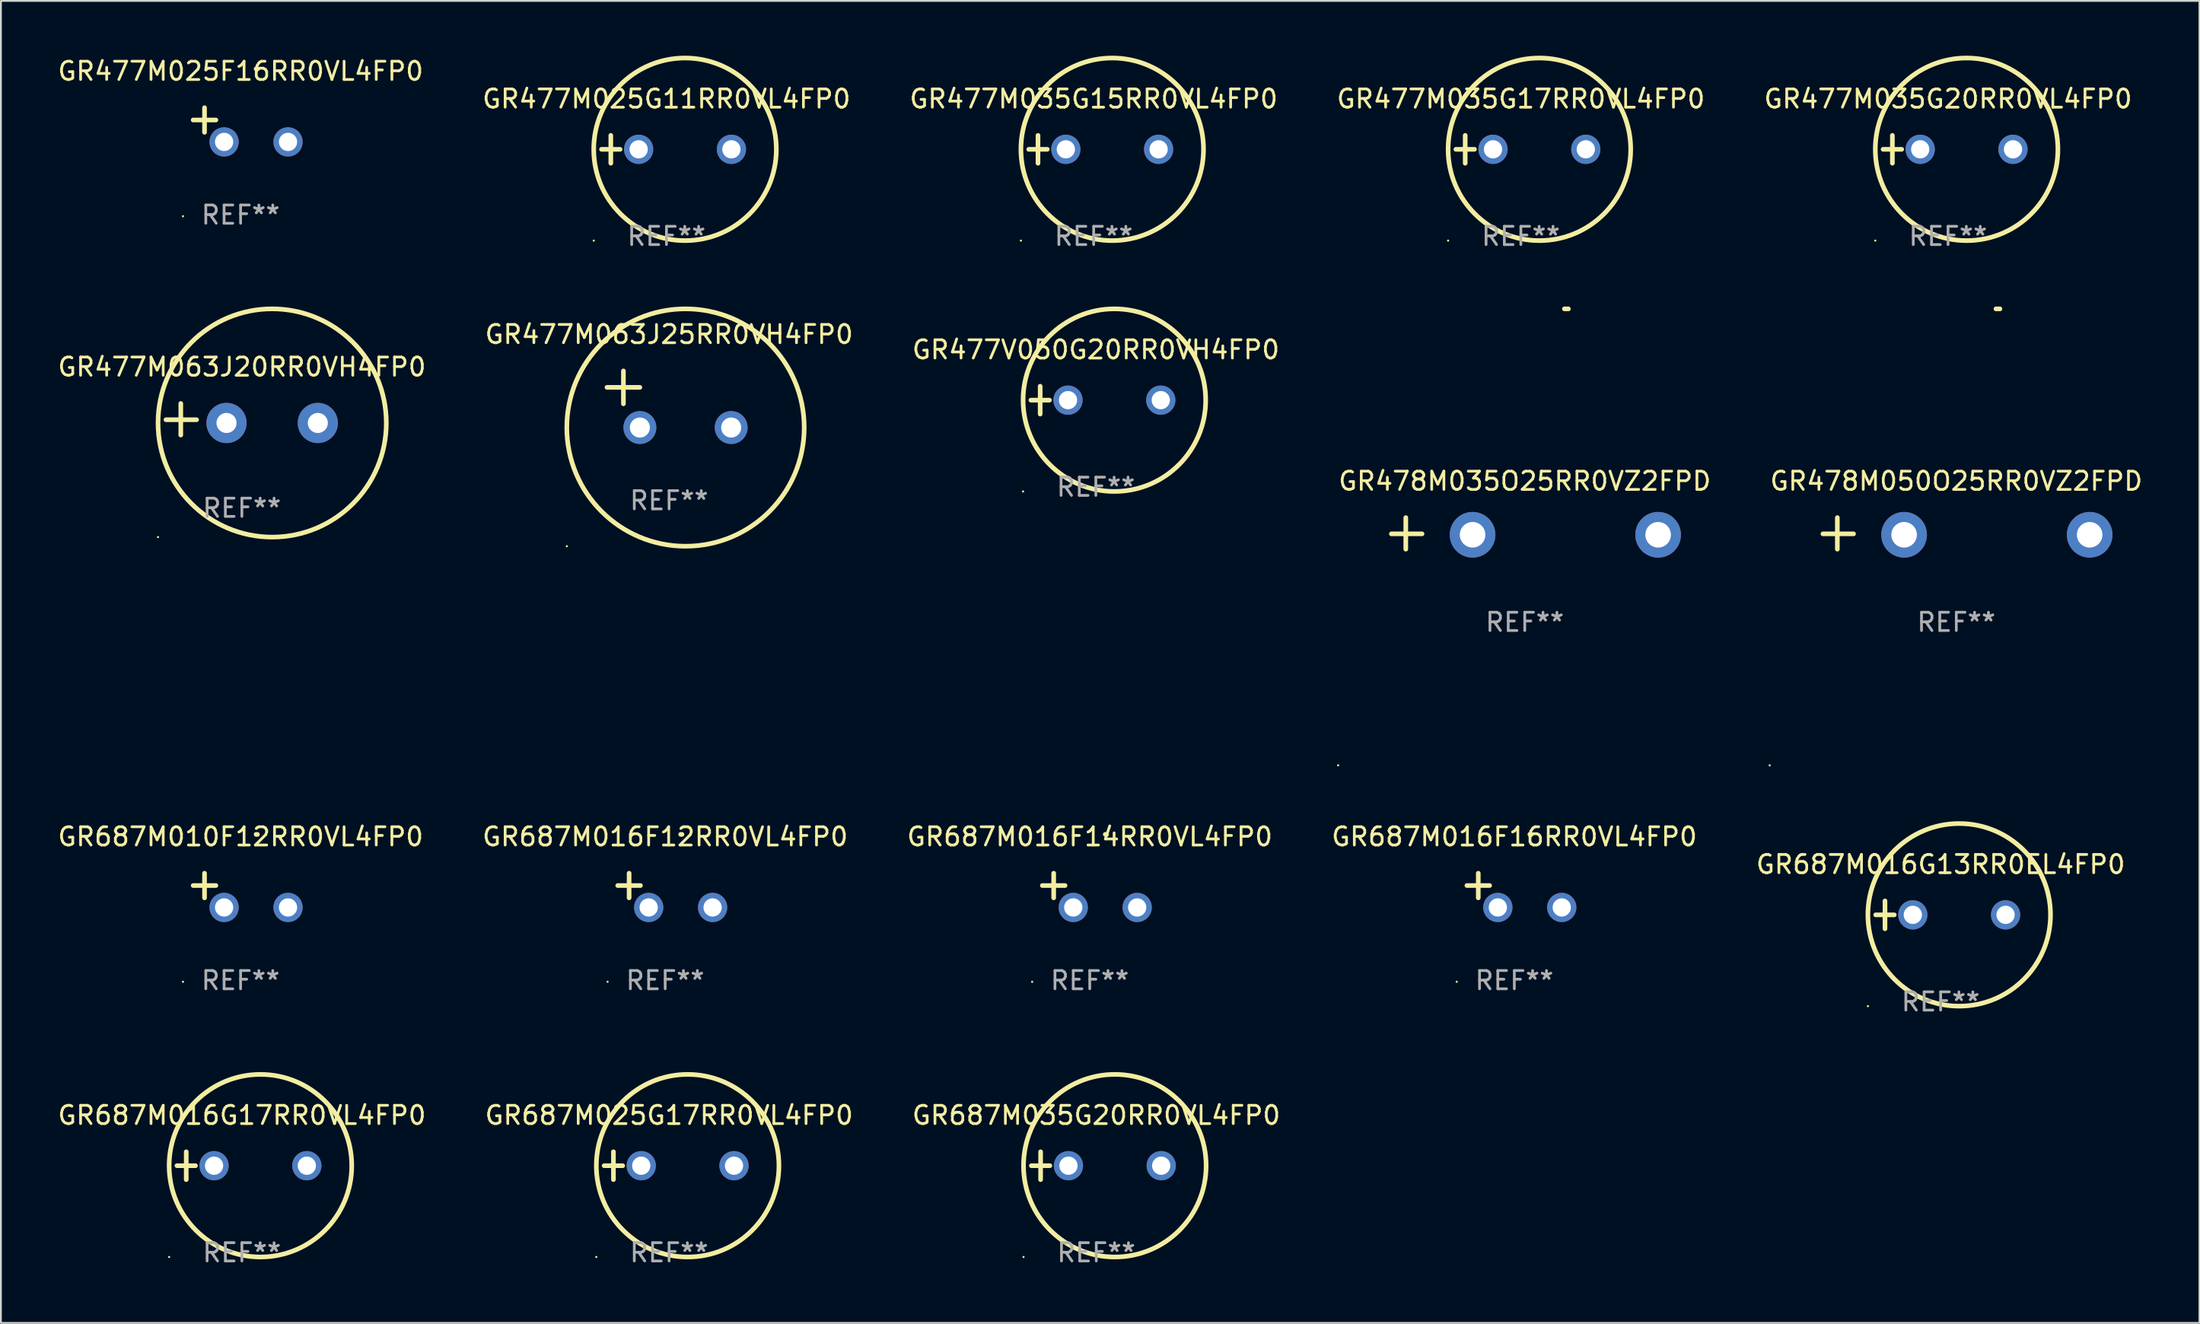
<source format=kicad_pcb>
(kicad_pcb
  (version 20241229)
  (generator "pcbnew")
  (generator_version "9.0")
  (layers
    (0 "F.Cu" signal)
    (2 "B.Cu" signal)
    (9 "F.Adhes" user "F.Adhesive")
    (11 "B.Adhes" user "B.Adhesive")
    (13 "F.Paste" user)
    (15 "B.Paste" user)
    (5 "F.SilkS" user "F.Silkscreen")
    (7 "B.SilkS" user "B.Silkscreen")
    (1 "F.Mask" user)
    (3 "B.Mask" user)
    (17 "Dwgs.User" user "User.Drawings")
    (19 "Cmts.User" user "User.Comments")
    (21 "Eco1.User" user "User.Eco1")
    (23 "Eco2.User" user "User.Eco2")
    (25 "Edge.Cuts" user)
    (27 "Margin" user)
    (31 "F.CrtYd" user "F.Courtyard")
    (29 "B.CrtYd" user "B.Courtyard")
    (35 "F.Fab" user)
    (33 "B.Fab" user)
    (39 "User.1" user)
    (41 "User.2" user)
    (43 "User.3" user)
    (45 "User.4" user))
  (footprint "GR477M035G20RR0VL4FP0"
    (layer "F.Cu")
    (at 103.625 5.127)
    (property "Reference" "GR477M035G20RR0VL4FP0" (at 0 -2.762 0) (layer "F.SilkS") (effects (font (size 1 1) (thickness 0.15))))
    (attr through_hole)
    (fp_line (start -3.556 0) (end -2.54 0) (stroke (width 0.254) (type solid)) (layer "F.SilkS"))
    (fp_line (start -3.048 -0.762) (end -3.048 0.762) (stroke (width 0.254) (type solid)) (layer "F.SilkS"))
    (fp_circle (center -3.984 5) (end -3.954 5) (stroke (width 0.06) (type solid)) (fill no) (layer "F.SilkS"))
    (fp_circle (center 1.016 0) (end 6.016 0) (stroke (width 0.254) (type solid)) (fill no) (layer "F.SilkS"))
    (fp_text user "REF**" (at 0 4.762 0) (layer "F.Fab") (effects (font (size 1 1) (thickness 0.15))))
    (pad "1" thru_hole circle (at -1.524 0) (size 1.6 1.6) (drill 1) (layers "*.Cu" "*.Mask"))
    (pad "2" thru_hole circle (at 3.556 0) (size 1.6 1.6) (drill 1) (layers "*.Cu" "*.Mask")))
  (footprint "GR687M025G17RR0VL4FP0"
    (layer "F.Cu")
    (at 33.589 60.789)
    (property "Reference" "GR687M025G17RR0VL4FP0" (at 0 -2.762 0) (layer "F.SilkS") (effects (font (size 1 1) (thickness 0.15))))
    (attr through_hole)
    (fp_line (start -3.556 0) (end -2.54 0) (stroke (width 0.254) (type solid)) (layer "F.SilkS"))
    (fp_line (start -3.048 -0.762) (end -3.048 0.762) (stroke (width 0.254) (type solid)) (layer "F.SilkS"))
    (fp_circle (center -3.984 5) (end -3.954 5) (stroke (width 0.06) (type solid)) (fill no) (layer "F.SilkS"))
    (fp_circle (center 1.016 0) (end 6.016 0) (stroke (width 0.254) (type solid)) (fill no) (layer "F.SilkS"))
    (fp_text user "REF**" (at 0 4.762 0) (layer "F.Fab") (effects (font (size 1 1) (thickness 0.15))))
    (pad "1" thru_hole circle (at -1.524 0) (size 1.6 1.6) (drill 1) (layers "*.Cu" "*.Mask"))
    (pad "2" thru_hole circle (at 3.556 0) (size 1.6 1.6) (drill 1) (layers "*.Cu" "*.Mask")))
  (footprint "GR687M016G13RR0EL4FP0"
    (layer "F.Cu")
    (at 103.22 47.051)
    (property "Reference" "GR687M016G13RR0EL4FP0" (at 0 -2.762 0) (layer "F.SilkS") (effects (font (size 1 1) (thickness 0.15))))
    (attr through_hole)
    (fp_line (start -3.556 0) (end -2.54 0) (stroke (width 0.254) (type solid)) (layer "F.SilkS"))
    (fp_line (start -3.048 -0.762) (end -3.048 0.762) (stroke (width 0.254) (type solid)) (layer "F.SilkS"))
    (fp_circle (center -3.984 5) (end -3.954 5) (stroke (width 0.06) (type solid)) (fill no) (layer "F.SilkS"))
    (fp_circle (center 1.016 0) (end 6.016 0) (stroke (width 0.254) (type solid)) (fill no) (layer "F.SilkS"))
    (fp_text user "REF**" (at 0 4.762 0) (layer "F.Fab") (effects (font (size 1 1) (thickness 0.15))))
    (pad "1" thru_hole circle (at -1.524 0) (size 1.6 1.6) (drill 1) (layers "*.Cu" "*.Mask"))
    (pad "2" thru_hole circle (at 3.556 0) (size 1.6 1.6) (drill 1) (layers "*.Cu" "*.Mask")))
  (footprint "GR477M035G17RR0VL4FP0"
    (layer "F.Cu")
    (at 80.232 5.127)
    (property "Reference" "GR477M035G17RR0VL4FP0" (at 0 -2.762 0) (layer "F.SilkS") (effects (font (size 1 1) (thickness 0.15))))
    (attr through_hole)
    (fp_line (start -3.556 0) (end -2.54 0) (stroke (width 0.254) (type solid)) (layer "F.SilkS"))
    (fp_line (start -3.048 -0.762) (end -3.048 0.762) (stroke (width 0.254) (type solid)) (layer "F.SilkS"))
    (fp_circle (center -3.984 5) (end -3.954 5) (stroke (width 0.06) (type solid)) (fill no) (layer "F.SilkS"))
    (fp_circle (center 1.016 0) (end 6.016 0) (stroke (width 0.254) (type solid)) (fill no) (layer "F.SilkS"))
    (fp_text user "REF**" (at 0 4.762 0) (layer "F.Fab") (effects (font (size 1 1) (thickness 0.15))))
    (pad "1" thru_hole circle (at -1.524 0) (size 1.6 1.6) (drill 1) (layers "*.Cu" "*.Mask"))
    (pad "2" thru_hole circle (at 3.556 0) (size 1.6 1.6) (drill 1) (layers "*.Cu" "*.Mask")))
  (footprint "GR687M035G20RR0VL4FP0"
    (layer "F.Cu")
    (at 56.982 60.789)
    (property "Reference" "GR687M035G20RR0VL4FP0" (at 0 -2.762 0) (layer "F.SilkS") (effects (font (size 1 1) (thickness 0.15))))
    (attr through_hole)
    (fp_line (start -3.556 0) (end -2.54 0) (stroke (width 0.254) (type solid)) (layer "F.SilkS"))
    (fp_line (start -3.048 -0.762) (end -3.048 0.762) (stroke (width 0.254) (type solid)) (layer "F.SilkS"))
    (fp_circle (center -3.984 5) (end -3.954 5) (stroke (width 0.06) (type solid)) (fill no) (layer "F.SilkS"))
    (fp_circle (center 1.016 0) (end 6.016 0) (stroke (width 0.254) (type solid)) (fill no) (layer "F.SilkS"))
    (fp_text user "REF**" (at 0 4.762 0) (layer "F.Fab") (effects (font (size 1 1) (thickness 0.15))))
    (pad "1" thru_hole circle (at -1.524 0) (size 1.6 1.6) (drill 1) (layers "*.Cu" "*.Mask"))
    (pad "2" thru_hole circle (at 3.556 0) (size 1.6 1.6) (drill 1) (layers "*.Cu" "*.Mask")))
  (footprint "GR477M025F16RR0VL4FP0"
    (layer "F.Cu")
    (at 10.125 3.785)
    (property "Reference" "GR477M025F16RR0VL4FP0" (at 0 -2.937 0) (layer "F.SilkS") (effects (font (size 1 1) (thickness 0.15))))
    (attr through_hole)
    (fp_line (start -1.975 0.41) (end -1.975 -0.937) (stroke (width 0.254) (type solid)) (layer "F.SilkS"))
    (fp_line (start -1.353 -0.263) (end -2.597 -0.263) (stroke (width 0.254) (type solid)) (layer "F.SilkS"))
    (fp_arc (start 0.849809 -3.063957) (mid 0.885369 -3.064114) (end 0.920929 -3.063957) (stroke (width 0.254001) (type solid)) (layer "F.SilkS"))
    (fp_circle (center -3.154 5.008) (end -3.124 5.008) (stroke (width 0.06) (type solid)) (fill no) (layer "F.SilkS"))
    (fp_text user "REF**" (at 0 4.937 0) (layer "F.Fab") (effects (font (size 1 1) (thickness 0.15))))
    (pad "1" thru_hole circle (at -0.903 0.937) (size 1.6 1.6) (drill 1) (layers "*.Cu" "*.Mask"))
    (pad "2" thru_hole circle (at 2.597 0.937) (size 1.6 1.6) (drill 1) (layers "*.Cu" "*.Mask")))
  (footprint "GR477M063J20RR0VH4FP0"
    (layer "F.Cu")
    (at 10.196 19.911)
    (property "Reference" "GR477M063J20RR0VH4FP0" (at 0 -2.864 0) (layer "F.SilkS") (effects (font (size 1 1) (thickness 0.15))))
    (attr through_hole)
    (fp_line (start -3.346 0.864) (end -3.346 -0.864) (stroke (width 0.254) (type solid)) (layer "F.SilkS"))
    (fp_line (start -2.482 0.025) (end -4.158 0.025) (stroke (width 0.254) (type solid)) (layer "F.SilkS"))
    (fp_circle (center -4.592 6.453) (end -4.562 6.453) (stroke (width 0.06) (type solid)) (fill no) (layer "F.SilkS"))
    (fp_circle (center 1.658 0.203) (end 7.908 0.203) (stroke (width 0.254) (type solid)) (fill no) (layer "F.SilkS"))
    (fp_text user "REF**" (at 0 4.864 0) (layer "F.Fab") (effects (font (size 1 1) (thickness 0.15))))
    (pad "1" thru_hole circle (at -0.842 0.203) (size 2.2 2.2) (drill 1.1) (layers "*.Cu" "*.Mask"))
    (pad "2" thru_hole circle (at 4.158 0.203) (size 2.2 2.2) (drill 1.1) (layers "*.Cu" "*.Mask")))
  (footprint "GR478M050O25RR0VZ2FPD"
    (layer "F.Cu")
    (at 104.077 26.161)
    (property "Reference" "GR478M050O25RR0VZ2FPD" (at 0 -2.864 0) (layer "F.SilkS") (effects (font (size 1 1) (thickness 0.15))))
    (attr through_hole)
    (fp_line (start -6.515 0.864) (end -6.515 -0.864) (stroke (width 0.254) (type solid)) (layer "F.SilkS"))
    (fp_line (start -5.626 0.025) (end -7.303 0.025) (stroke (width 0.254) (type solid)) (layer "F.SilkS"))
    (fp_arc (start 2.171704 -12.296165) (mid 2.280925 -12.296638) (end 2.390145 -12.296165) (stroke (width 0.254001) (type solid)) (layer "F.SilkS"))
    (fp_circle (center -10.219 12.703) (end -10.189 12.703) (stroke (width 0.06) (type solid)) (fill no) (layer "F.SilkS"))
    (fp_text user "REF**" (at 0 4.864 0) (layer "F.Fab") (effects (font (size 1 1) (thickness 0.15))))
    (pad "1" thru_hole circle (at -2.858 0.076) (size 2.5 2.5) (drill 1.4) (layers "*.Cu" "*.Mask"))
    (pad "2" thru_hole circle (at 7.303 0.076) (size 2.5 2.5) (drill 1.4) (layers "*.Cu" "*.Mask")))
  (footprint "GR687M016F14RR0VL4FP0"
    (layer "F.Cu")
    (at 56.625 45.709)
    (property "Reference" "GR687M016F14RR0VL4FP0" (at 0 -2.937 0) (layer "F.SilkS") (effects (font (size 1 1) (thickness 0.15))))
    (attr through_hole)
    (fp_line (start -1.975 0.41) (end -1.975 -0.937) (stroke (width 0.254) (type solid)) (layer "F.SilkS"))
    (fp_line (start -1.353 -0.263) (end -2.597 -0.263) (stroke (width 0.254) (type solid)) (layer "F.SilkS"))
    (fp_arc (start 0.849809 -3.063957) (mid 0.885369 -3.064114) (end 0.920929 -3.063957) (stroke (width 0.254001) (type solid)) (layer "F.SilkS"))
    (fp_circle (center -3.154 5.008) (end -3.124 5.008) (stroke (width 0.06) (type solid)) (fill no) (layer "F.SilkS"))
    (fp_text user "REF**" (at 0 4.937 0) (layer "F.Fab") (effects (font (size 1 1) (thickness 0.15))))
    (pad "1" thru_hole circle (at -0.903 0.937) (size 1.6 1.6) (drill 1) (layers "*.Cu" "*.Mask"))
    (pad "2" thru_hole circle (at 2.597 0.937) (size 1.6 1.6) (drill 1) (layers "*.Cu" "*.Mask")))
  (footprint "GR477V050G20RR0VH4FP0"
    (layer "F.Cu")
    (at 56.958 18.864)
    (property "Reference" "GR477V050G20RR0VH4FP0" (at 0 -2.762 0) (layer "F.SilkS") (effects (font (size 1 1) (thickness 0.15))))
    (attr through_hole)
    (fp_line (start -3.556 0) (end -2.54 0) (stroke (width 0.254) (type solid)) (layer "F.SilkS"))
    (fp_line (start -3.048 -0.762) (end -3.048 0.762) (stroke (width 0.254) (type solid)) (layer "F.SilkS"))
    (fp_circle (center -3.984 5) (end -3.954 5) (stroke (width 0.06) (type solid)) (fill no) (layer "F.SilkS"))
    (fp_circle (center 1.016 0) (end 6.016 0) (stroke (width 0.254) (type solid)) (fill no) (layer "F.SilkS"))
    (fp_text user "REF**" (at 0 4.762 0) (layer "F.Fab") (effects (font (size 1 1) (thickness 0.15))))
    (pad "1" thru_hole circle (at -1.524 0) (size 1.6 1.6) (drill 1) (layers "*.Cu" "*.Mask"))
    (pad "2" thru_hole circle (at 3.556 0) (size 1.6 1.6) (drill 1) (layers "*.Cu" "*.Mask")))
  (footprint "GR477M063J25RR0VH4FP0"
    (layer "F.Cu")
    (at 33.589 18.814)
    (property "Reference" "GR477M063J25RR0VH4FP0" (at 0 -3.55 0) (layer "F.SilkS") (effects (font (size 1 1) (thickness 0.15))))
    (attr through_hole)
    (fp_line (start -3.401 -0.65) (end -1.601 -0.65) (stroke (width 0.254) (type solid)) (layer "F.SilkS"))
    (fp_line (start -2.501 -1.55) (end -2.501 0.25) (stroke (width 0.254) (type solid)) (layer "F.SilkS"))
    (fp_circle (center -5.599 8.05) (end -5.569 8.05) (stroke (width 0.06) (type solid)) (fill no) (layer "F.SilkS"))
    (fp_circle (center 0.899 1.55) (end 7.399 1.55) (stroke (width 0.254) (type solid)) (fill no) (layer "F.SilkS"))
    (fp_text user "REF**" (at 0 5.55 0) (layer "F.Fab") (effects (font (size 1 1) (thickness 0.15))))
    (pad "1" thru_hole circle (at -1.599 1.55) (size 1.8 1.8) (drill 1.1) (layers "*.Cu" "*.Mask"))
    (pad "2" thru_hole circle (at 3.401 1.55) (size 1.8 1.8) (drill 1.1) (layers "*.Cu" "*.Mask")))
  (footprint "GR687M016G17RR0VL4FP0"
    (layer "F.Cu")
    (at 10.196 60.789)
    (property "Reference" "GR687M016G17RR0VL4FP0" (at 0 -2.762 0) (layer "F.SilkS") (effects (font (size 1 1) (thickness 0.15))))
    (attr through_hole)
    (fp_line (start -3.556 0) (end -2.54 0) (stroke (width 0.254) (type solid)) (layer "F.SilkS"))
    (fp_line (start -3.048 -0.762) (end -3.048 0.762) (stroke (width 0.254) (type solid)) (layer "F.SilkS"))
    (fp_circle (center -3.984 5) (end -3.954 5) (stroke (width 0.06) (type solid)) (fill no) (layer "F.SilkS"))
    (fp_circle (center 1.016 0) (end 6.016 0) (stroke (width 0.254) (type solid)) (fill no) (layer "F.SilkS"))
    (fp_text user "REF**" (at 0 4.762 0) (layer "F.Fab") (effects (font (size 1 1) (thickness 0.15))))
    (pad "1" thru_hole circle (at -1.524 0) (size 1.6 1.6) (drill 1) (layers "*.Cu" "*.Mask"))
    (pad "2" thru_hole circle (at 3.556 0) (size 1.6 1.6) (drill 1) (layers "*.Cu" "*.Mask")))
  (footprint "GR477M035G15RR0VL4FP0"
    (layer "F.Cu")
    (at 56.839 5.127)
    (property "Reference" "GR477M035G15RR0VL4FP0" (at 0 -2.762 0) (layer "F.SilkS") (effects (font (size 1 1) (thickness 0.15))))
    (attr through_hole)
    (fp_line (start -3.556 0) (end -2.54 0) (stroke (width 0.254) (type solid)) (layer "F.SilkS"))
    (fp_line (start -3.048 -0.762) (end -3.048 0.762) (stroke (width 0.254) (type solid)) (layer "F.SilkS"))
    (fp_circle (center -3.984 5) (end -3.954 5) (stroke (width 0.06) (type solid)) (fill no) (layer "F.SilkS"))
    (fp_circle (center 1.016 0) (end 6.016 0) (stroke (width 0.254) (type solid)) (fill no) (layer "F.SilkS"))
    (fp_text user "REF**" (at 0 4.762 0) (layer "F.Fab") (effects (font (size 1 1) (thickness 0.15))))
    (pad "1" thru_hole circle (at -1.524 0) (size 1.6 1.6) (drill 1) (layers "*.Cu" "*.Mask"))
    (pad "2" thru_hole circle (at 3.556 0) (size 1.6 1.6) (drill 1) (layers "*.Cu" "*.Mask")))
  (footprint "GR478M035O25RR0VZ2FPD"
    (layer "F.Cu")
    (at 80.446 26.161)
    (property "Reference" "GR478M035O25RR0VZ2FPD" (at 0 -2.864 0) (layer "F.SilkS") (effects (font (size 1 1) (thickness 0.15))))
    (attr through_hole)
    (fp_line (start -6.515 0.864) (end -6.515 -0.864) (stroke (width 0.254) (type solid)) (layer "F.SilkS"))
    (fp_line (start -5.626 0.025) (end -7.303 0.025) (stroke (width 0.254) (type solid)) (layer "F.SilkS"))
    (fp_arc (start 2.171704 -12.296165) (mid 2.280925 -12.296638) (end 2.390145 -12.296165) (stroke (width 0.254001) (type solid)) (layer "F.SilkS"))
    (fp_circle (center -10.219 12.703) (end -10.189 12.703) (stroke (width 0.06) (type solid)) (fill no) (layer "F.SilkS"))
    (fp_text user "REF**" (at 0 4.864 0) (layer "F.Fab") (effects (font (size 1 1) (thickness 0.15))))
    (pad "1" thru_hole circle (at -2.858 0.076) (size 2.5 2.5) (drill 1.4) (layers "*.Cu" "*.Mask"))
    (pad "2" thru_hole circle (at 7.303 0.076) (size 2.5 2.5) (drill 1.4) (layers "*.Cu" "*.Mask")))
  (footprint "GR687M016F12RR0VL4FP0"
    (layer "F.Cu")
    (at 33.375 45.709)
    (property "Reference" "GR687M016F12RR0VL4FP0" (at 0 -2.937 0) (layer "F.SilkS") (effects (font (size 1 1) (thickness 0.15))))
    (attr through_hole)
    (fp_line (start -1.975 0.41) (end -1.975 -0.937) (stroke (width 0.254) (type solid)) (layer "F.SilkS"))
    (fp_line (start -1.353 -0.263) (end -2.597 -0.263) (stroke (width 0.254) (type solid)) (layer "F.SilkS"))
    (fp_arc (start 0.849809 -3.063957) (mid 0.885369 -3.064114) (end 0.920929 -3.063957) (stroke (width 0.254001) (type solid)) (layer "F.SilkS"))
    (fp_circle (center -3.154 5.008) (end -3.124 5.008) (stroke (width 0.06) (type solid)) (fill no) (layer "F.SilkS"))
    (fp_text user "REF**" (at 0 4.937 0) (layer "F.Fab") (effects (font (size 1 1) (thickness 0.15))))
    (pad "1" thru_hole circle (at -0.903 0.937) (size 1.6 1.6) (drill 1) (layers "*.Cu" "*.Mask"))
    (pad "2" thru_hole circle (at 2.597 0.937) (size 1.6 1.6) (drill 1) (layers "*.Cu" "*.Mask")))
  (footprint "GR477M025G11RR0VL4FP0"
    (layer "F.Cu")
    (at 33.446 5.127)
    (property "Reference" "GR477M025G11RR0VL4FP0" (at 0 -2.762 0) (layer "F.SilkS") (effects (font (size 1 1) (thickness 0.15))))
    (attr through_hole)
    (fp_line (start -3.556 0) (end -2.54 0) (stroke (width 0.254) (type solid)) (layer "F.SilkS"))
    (fp_line (start -3.048 -0.762) (end -3.048 0.762) (stroke (width 0.254) (type solid)) (layer "F.SilkS"))
    (fp_circle (center -3.984 5) (end -3.954 5) (stroke (width 0.06) (type solid)) (fill no) (layer "F.SilkS"))
    (fp_circle (center 1.016 0) (end 6.016 0) (stroke (width 0.254) (type solid)) (fill no) (layer "F.SilkS"))
    (fp_text user "REF**" (at 0 4.762 0) (layer "F.Fab") (effects (font (size 1 1) (thickness 0.15))))
    (pad "1" thru_hole circle (at -1.524 0) (size 1.6 1.6) (drill 1) (layers "*.Cu" "*.Mask"))
    (pad "2" thru_hole circle (at 3.556 0) (size 1.6 1.6) (drill 1) (layers "*.Cu" "*.Mask")))
  (footprint "GR687M016F16RR0VL4FP0"
    (layer "F.Cu")
    (at 79.875 45.709)
    (property "Reference" "GR687M016F16RR0VL4FP0" (at 0 -2.937 0) (layer "F.SilkS") (effects (font (size 1 1) (thickness 0.15))))
    (attr through_hole)
    (fp_line (start -1.975 0.41) (end -1.975 -0.937) (stroke (width 0.254) (type solid)) (layer "F.SilkS"))
    (fp_line (start -1.353 -0.263) (end -2.597 -0.263) (stroke (width 0.254) (type solid)) (layer "F.SilkS"))
    (fp_arc (start 0.849809 -3.063957) (mid 0.885369 -3.064114) (end 0.920929 -3.063957) (stroke (width 0.254001) (type solid)) (layer "F.SilkS"))
    (fp_circle (center -3.154 5.008) (end -3.124 5.008) (stroke (width 0.06) (type solid)) (fill no) (layer "F.SilkS"))
    (fp_text user "REF**" (at 0 4.937 0) (layer "F.Fab") (effects (font (size 1 1) (thickness 0.15))))
    (pad "1" thru_hole circle (at -0.903 0.937) (size 1.6 1.6) (drill 1) (layers "*.Cu" "*.Mask"))
    (pad "2" thru_hole circle (at 2.597 0.937) (size 1.6 1.6) (drill 1) (layers "*.Cu" "*.Mask")))
  (footprint "GR687M010F12RR0VL4FP0"
    (layer "F.Cu")
    (at 10.125 45.709)
    (property "Reference" "GR687M010F12RR0VL4FP0" (at 0 -2.937 0) (layer "F.SilkS") (effects (font (size 1 1) (thickness 0.15))))
    (attr through_hole)
    (fp_line (start -1.975 0.41) (end -1.975 -0.937) (stroke (width 0.254) (type solid)) (layer "F.SilkS"))
    (fp_line (start -1.353 -0.263) (end -2.597 -0.263) (stroke (width 0.254) (type solid)) (layer "F.SilkS"))
    (fp_arc (start 0.849809 -3.063957) (mid 0.885369 -3.064114) (end 0.920929 -3.063957) (stroke (width 0.254001) (type solid)) (layer "F.SilkS"))
    (fp_circle (center -3.154 5.008) (end -3.124 5.008) (stroke (width 0.06) (type solid)) (fill no) (layer "F.SilkS"))
    (fp_text user "REF**" (at 0 4.937 0) (layer "F.Fab") (effects (font (size 1 1) (thickness 0.15))))
    (pad "1" thru_hole circle (at -0.903 0.937) (size 1.6 1.6) (drill 1) (layers "*.Cu" "*.Mask"))
    (pad "2" thru_hole circle (at 2.597 0.937) (size 1.6 1.6) (drill 1) (layers "*.Cu" "*.Mask")))
  (gr_rect
    (start -3 -3)
    (end 117.393 69.399)
    (stroke (width 0.1) (type default))
    (fill no)
    (layer "Edge.Cuts")))
</source>
